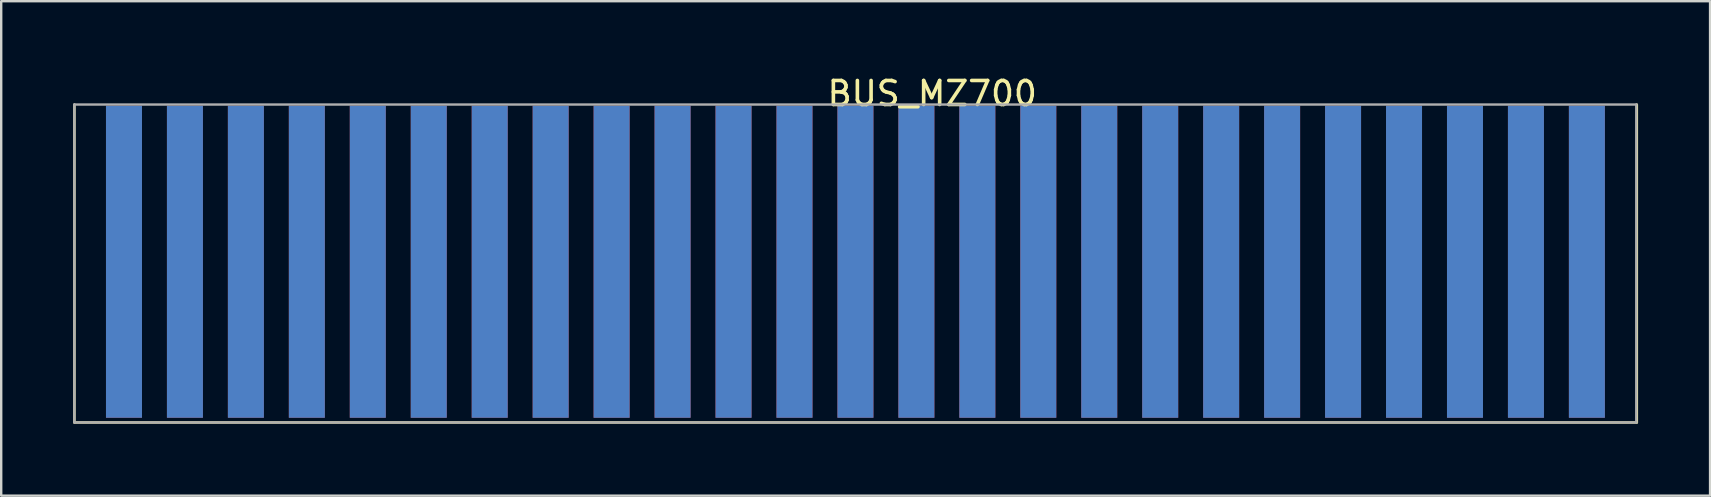
<source format=kicad_pcb>
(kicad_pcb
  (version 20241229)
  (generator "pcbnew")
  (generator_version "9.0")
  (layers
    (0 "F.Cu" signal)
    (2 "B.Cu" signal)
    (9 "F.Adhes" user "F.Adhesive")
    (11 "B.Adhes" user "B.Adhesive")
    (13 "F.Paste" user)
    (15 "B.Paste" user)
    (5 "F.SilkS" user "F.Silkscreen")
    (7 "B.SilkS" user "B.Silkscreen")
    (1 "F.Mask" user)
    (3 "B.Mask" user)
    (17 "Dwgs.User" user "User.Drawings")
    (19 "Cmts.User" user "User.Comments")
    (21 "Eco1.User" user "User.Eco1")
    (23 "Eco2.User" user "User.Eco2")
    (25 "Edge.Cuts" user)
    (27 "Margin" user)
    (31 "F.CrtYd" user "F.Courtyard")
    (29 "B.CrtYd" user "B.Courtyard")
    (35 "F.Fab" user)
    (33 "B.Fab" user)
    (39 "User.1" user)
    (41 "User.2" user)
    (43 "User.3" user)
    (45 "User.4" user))
  (footprint "BUS_MZ700"
    (layer "F.Cu")
    (at 36.406 7.655)
    (property "Reference" "BUS_MZ700" (at -0.61 -6.807 0) (layer "F.SilkS") (effects (font (size 1 1) (thickness 0.15))))
    (attr exclude_from_pos_files)
    (fp_line (start -36.356 -6.348) (end -36.356 6.898) (stroke (width 0.1) (type solid)) (layer "F.SilkS"))
    (fp_line (start -36.356 6.898) (end 28.753 6.898) (stroke (width 0.1) (type solid)) (layer "F.SilkS"))
    (fp_line (start 28.753 -6.348) (end 28.753 6.898) (stroke (width 0.1) (type solid)) (layer "F.SilkS"))
    (fp_line (start -36.356 -6.35) (end -36.356 6.898) (stroke (width 0.1) (type solid)) (layer "F.Fab"))
    (fp_line (start -36.356 -6.35) (end 28.73 -6.35) (stroke (width 0.1) (type solid)) (layer "F.Fab"))
    (fp_line (start -36.356 6.898) (end 28.73 6.898) (stroke (width 0.1) (type solid)) (layer "F.Fab"))
    (fp_line (start 28.73 -6.35) (end 28.73 6.898) (stroke (width 0.1) (type solid)) (layer "F.Fab"))
    (pad "1" connect rect (at 26.67 0.203) (size 1.5 13) (layers "F.Cu" "F.Mask"))
    (pad "2" connect rect (at 26.67 0.203) (size 1.5 13) (layers "B.Cu" "B.Mask"))
    (pad "3" connect rect (at 24.13 0.203) (size 1.5 13) (layers "F.Cu" "F.Mask"))
    (pad "4" connect rect (at 24.13 0.203) (size 1.5 13) (layers "B.Cu" "B.Mask"))
    (pad "5" connect rect (at 21.59 0.203) (size 1.5 13) (layers "F.Cu" "F.Mask"))
    (pad "6" connect rect (at 21.59 0.203) (size 1.5 13) (layers "B.Cu" "B.Mask"))
    (pad "7" connect rect (at 19.05 0.203) (size 1.5 13) (layers "F.Cu" "F.Mask"))
    (pad "8" connect rect (at 19.05 0.203) (size 1.5 13) (layers "B.Cu" "B.Mask"))
    (pad "9" connect rect (at 16.51 0.203) (size 1.5 13) (layers "F.Cu" "F.Mask"))
    (pad "10" connect rect (at 16.51 0.203) (size 1.5 13) (layers "B.Cu" "B.Mask"))
    (pad "11" connect rect (at 13.97 0.203) (size 1.5 13) (layers "F.Cu" "F.Mask"))
    (pad "12" connect rect (at 13.97 0.203) (size 1.5 13) (layers "B.Cu" "B.Mask"))
    (pad "13" connect rect (at 11.43 0.203) (size 1.5 13) (layers "F.Cu" "F.Mask"))
    (pad "14" connect rect (at 11.43 0.203) (size 1.5 13) (layers "B.Cu" "B.Mask"))
    (pad "15" connect rect (at 8.89 0.203) (size 1.5 13) (layers "F.Cu" "F.Mask"))
    (pad "16" connect rect (at 8.89 0.203) (size 1.5 13) (layers "B.Cu" "B.Mask"))
    (pad "17" connect rect (at 6.35 0.203) (size 1.5 13) (layers "F.Cu" "F.Mask"))
    (pad "18" connect rect (at 6.35 0.203) (size 1.5 13) (layers "B.Cu" "B.Mask"))
    (pad "19" connect rect (at 3.81 0.203) (size 1.5 13) (layers "F.Cu" "F.Mask"))
    (pad "20" connect rect (at 3.81 0.203) (size 1.5 13) (layers "B.Cu" "B.Mask"))
    (pad "21" connect rect (at 1.27 0.203) (size 1.5 13) (layers "F.Cu" "F.Mask"))
    (pad "22" connect rect (at 1.27 0.203) (size 1.5 13) (layers "B.Cu" "B.Mask"))
    (pad "23" connect rect (at -1.27 0.203) (size 1.5 13) (layers "F.Cu" "F.Mask"))
    (pad "24" connect rect (at -1.27 0.203) (size 1.5 13) (layers "B.Cu" "B.Mask"))
    (pad "25" connect rect (at -3.81 0.203) (size 1.5 13) (layers "F.Cu" "F.Mask"))
    (pad "26" connect rect (at -3.81 0.203) (size 1.5 13) (layers "B.Cu" "B.Mask"))
    (pad "27" connect rect (at -6.35 0.203) (size 1.5 13) (layers "F.Cu" "F.Mask"))
    (pad "28" connect rect (at -6.35 0.203) (size 1.5 13) (layers "B.Cu" "B.Mask"))
    (pad "29" connect rect (at -8.89 0.203) (size 1.5 13) (layers "F.Cu" "F.Mask"))
    (pad "30" connect rect (at -8.89 0.203) (size 1.5 13) (layers "B.Cu" "B.Mask"))
    (pad "31" connect rect (at -11.43 0.203) (size 1.5 13) (layers "F.Cu" "F.Mask"))
    (pad "32" connect rect (at -11.43 0.203) (size 1.5 13) (layers "B.Cu" "B.Mask"))
    (pad "33" connect rect (at -13.97 0.203) (size 1.5 13) (layers "F.Cu" "F.Mask"))
    (pad "34" connect rect (at -13.97 0.203) (size 1.5 13) (layers "B.Cu" "B.Mask"))
    (pad "35" connect rect (at -16.51 0.203) (size 1.5 13) (layers "F.Cu" "F.Mask"))
    (pad "36" connect rect (at -16.51 0.203) (size 1.5 13) (layers "B.Cu" "B.Mask"))
    (pad "37" connect rect (at -19.05 0.203) (size 1.5 13) (layers "F.Cu" "F.Mask"))
    (pad "38" connect rect (at -19.05 0.203) (size 1.5 13) (layers "B.Cu" "B.Mask"))
    (pad "39" connect rect (at -21.59 0.203) (size 1.5 13) (layers "F.Cu" "F.Mask"))
    (pad "40" connect rect (at -21.59 0.203) (size 1.5 13) (layers "B.Cu" "B.Mask"))
    (pad "41" connect rect (at -24.13 0.203) (size 1.5 13) (layers "F.Cu" "F.Mask"))
    (pad "42" connect rect (at -24.13 0.203) (size 1.5 13) (layers "B.Cu" "B.Mask"))
    (pad "43" connect rect (at -26.67 0.203) (size 1.5 13) (layers "F.Cu" "F.Mask"))
    (pad "44" connect rect (at -26.67 0.203) (size 1.5 13) (layers "B.Cu" "B.Mask"))
    (pad "45" connect rect (at -29.21 0.203) (size 1.5 13) (layers "F.Cu" "F.Mask"))
    (pad "46" connect rect (at -29.21 0.203) (size 1.5 13) (layers "B.Cu" "B.Mask"))
    (pad "47" connect rect (at -31.75 0.203) (size 1.5 13) (layers "F.Cu" "F.Mask"))
    (pad "48" connect rect (at -31.75 0.203) (size 1.5 13) (layers "B.Cu" "B.Mask"))
    (pad "49" connect rect (at -34.29 0.203) (size 1.5 13) (layers "F.Cu" "F.Mask"))
    (pad "50" connect rect (at -34.29 0.203) (size 1.5 13) (layers "B.Cu" "B.Mask")))
  (gr_rect
    (start -3 -3)
    (end 68.209 17.604)
    (stroke (width 0.1) (type default))
    (fill no)
    (layer "Edge.Cuts")))
</source>
